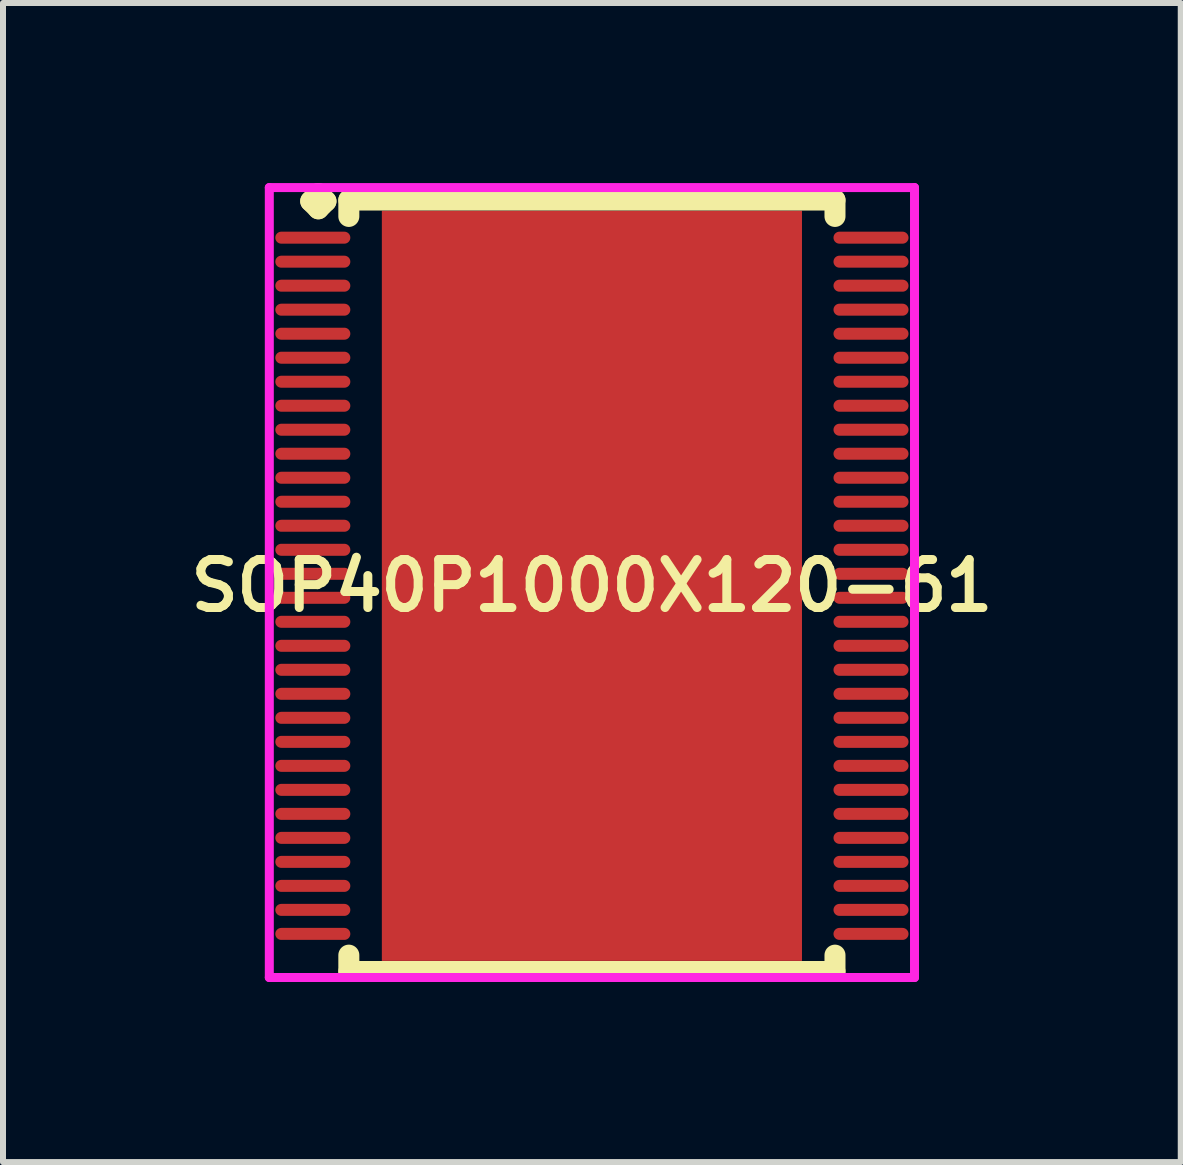
<source format=kicad_pcb>
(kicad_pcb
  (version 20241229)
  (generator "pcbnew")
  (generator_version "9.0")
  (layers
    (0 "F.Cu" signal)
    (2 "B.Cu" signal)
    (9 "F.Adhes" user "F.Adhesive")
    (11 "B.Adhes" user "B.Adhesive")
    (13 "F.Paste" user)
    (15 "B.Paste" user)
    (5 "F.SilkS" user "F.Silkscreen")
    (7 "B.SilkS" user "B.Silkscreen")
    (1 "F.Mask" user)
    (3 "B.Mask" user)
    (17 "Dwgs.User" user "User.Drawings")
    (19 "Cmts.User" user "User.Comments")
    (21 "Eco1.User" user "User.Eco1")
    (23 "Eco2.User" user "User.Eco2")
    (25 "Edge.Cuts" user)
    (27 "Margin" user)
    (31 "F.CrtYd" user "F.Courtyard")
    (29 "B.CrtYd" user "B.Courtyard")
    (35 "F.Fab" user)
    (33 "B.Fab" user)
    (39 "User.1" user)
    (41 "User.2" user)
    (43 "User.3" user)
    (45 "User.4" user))
  (footprint "SOP40P1000X120-61"
    (layer "F.Cu")
    (at 6.812 6.71)
    (property "Reference" "SOP40P1000X120-61" (at 0 0 0) (layer "F.SilkS") (effects (font (size 0.8 0.8) (thickness 0.15))))
    (attr smd)
    (fp_line (start -4.685 -6.408) (end -4.558 -6.535) (stroke (width 0.35) (type solid)) (layer "F.SilkS"))
    (fp_line (start -4.558 -6.535) (end -4.431 -6.408) (stroke (width 0.35) (type solid)) (layer "F.SilkS"))
    (fp_line (start -4.558 -6.281) (end -4.685 -6.408) (stroke (width 0.35) (type solid)) (layer "F.SilkS"))
    (fp_line (start -4.431 -6.408) (end -4.558 -6.281) (stroke (width 0.35) (type solid)) (layer "F.SilkS"))
    (fp_line (start -4.05 -6.427) (end 4.05 -6.427) (stroke (width 0.35) (type solid)) (layer "F.SilkS"))
    (fp_line (start -4.05 -6.154) (end -4.05 -6.427) (stroke (width 0.35) (type solid)) (layer "F.SilkS"))
    (fp_line (start -4.05 6.154) (end -4.05 6.427) (stroke (width 0.35) (type solid)) (layer "F.SilkS"))
    (fp_line (start -4.05 6.427) (end 4.05 6.427) (stroke (width 0.35) (type solid)) (layer "F.SilkS"))
    (fp_line (start 4.05 -6.427) (end 4.05 -6.154) (stroke (width 0.35) (type solid)) (layer "F.SilkS"))
    (fp_line (start 4.05 6.427) (end 4.05 6.154) (stroke (width 0.35) (type solid)) (layer "F.SilkS"))
    (fp_line (start -5.375 -6.635) (end 5.375 -6.635) (stroke (width 0.15) (type solid)) (layer "F.CrtYd"))
    (fp_line (start -5.375 6.527) (end -5.375 -6.635) (stroke (width 0.15) (type solid)) (layer "F.CrtYd"))
    (fp_line (start 5.375 -6.635) (end 5.375 6.527) (stroke (width 0.15) (type solid)) (layer "F.CrtYd"))
    (fp_line (start 5.375 6.527) (end -5.375 6.527) (stroke (width 0.15) (type solid)) (layer "F.CrtYd"))
    (pad "1" smd oval (at -4.65 -5.8) (size 1.25 0.2) (layers "F.Cu" "F.Mask" "F.Paste"))
    (pad "2" smd oval (at -4.65 -5.4) (size 1.25 0.2) (layers "F.Cu" "F.Mask" "F.Paste"))
    (pad "3" smd oval (at -4.65 -5) (size 1.25 0.2) (layers "F.Cu" "F.Mask" "F.Paste"))
    (pad "4" smd oval (at -4.65 -4.6) (size 1.25 0.2) (layers "F.Cu" "F.Mask" "F.Paste"))
    (pad "5" smd oval (at -4.65 -4.2) (size 1.25 0.2) (layers "F.Cu" "F.Mask" "F.Paste"))
    (pad "6" smd oval (at -4.65 -3.8) (size 1.25 0.2) (layers "F.Cu" "F.Mask" "F.Paste"))
    (pad "7" smd oval (at -4.65 -3.4) (size 1.25 0.2) (layers "F.Cu" "F.Mask" "F.Paste"))
    (pad "8" smd oval (at -4.65 -3) (size 1.25 0.2) (layers "F.Cu" "F.Mask" "F.Paste"))
    (pad "9" smd oval (at -4.65 -2.6) (size 1.25 0.2) (layers "F.Cu" "F.Mask" "F.Paste"))
    (pad "10" smd oval (at -4.65 -2.2) (size 1.25 0.2) (layers "F.Cu" "F.Mask" "F.Paste"))
    (pad "11" smd oval (at -4.65 -1.8) (size 1.25 0.2) (layers "F.Cu" "F.Mask" "F.Paste"))
    (pad "12" smd oval (at -4.65 -1.4) (size 1.25 0.2) (layers "F.Cu" "F.Mask" "F.Paste"))
    (pad "13" smd oval (at -4.65 -1) (size 1.25 0.2) (layers "F.Cu" "F.Mask" "F.Paste"))
    (pad "14" smd oval (at -4.65 -0.6) (size 1.25 0.2) (layers "F.Cu" "F.Mask" "F.Paste"))
    (pad "15" smd oval (at -4.65 -0.2) (size 1.25 0.2) (layers "F.Cu" "F.Mask" "F.Paste"))
    (pad "16" smd oval (at -4.65 0.2) (size 1.25 0.2) (layers "F.Cu" "F.Mask" "F.Paste"))
    (pad "17" smd oval (at -4.65 0.6) (size 1.25 0.2) (layers "F.Cu" "F.Mask" "F.Paste"))
    (pad "18" smd oval (at -4.65 1) (size 1.25 0.2) (layers "F.Cu" "F.Mask" "F.Paste"))
    (pad "19" smd oval (at -4.65 1.4) (size 1.25 0.2) (layers "F.Cu" "F.Mask" "F.Paste"))
    (pad "20" smd oval (at -4.65 1.8) (size 1.25 0.2) (layers "F.Cu" "F.Mask" "F.Paste"))
    (pad "21" smd oval (at -4.65 2.2) (size 1.25 0.2) (layers "F.Cu" "F.Mask" "F.Paste"))
    (pad "22" smd oval (at -4.65 2.6) (size 1.25 0.2) (layers "F.Cu" "F.Mask" "F.Paste"))
    (pad "23" smd oval (at -4.65 3) (size 1.25 0.2) (layers "F.Cu" "F.Mask" "F.Paste"))
    (pad "24" smd oval (at -4.65 3.4) (size 1.25 0.2) (layers "F.Cu" "F.Mask" "F.Paste"))
    (pad "25" smd oval (at -4.65 3.8) (size 1.25 0.2) (layers "F.Cu" "F.Mask" "F.Paste"))
    (pad "26" smd oval (at -4.65 4.2) (size 1.25 0.2) (layers "F.Cu" "F.Mask" "F.Paste"))
    (pad "27" smd oval (at -4.65 4.6) (size 1.25 0.2) (layers "F.Cu" "F.Mask" "F.Paste"))
    (pad "28" smd oval (at -4.65 5) (size 1.25 0.2) (layers "F.Cu" "F.Mask" "F.Paste"))
    (pad "29" smd oval (at -4.65 5.4) (size 1.25 0.2) (layers "F.Cu" "F.Mask" "F.Paste"))
    (pad "30" smd oval (at -4.65 5.8) (size 1.25 0.2) (layers "F.Cu" "F.Mask" "F.Paste"))
    (pad "31" smd oval (at 4.65 5.8) (size 1.25 0.2) (layers "F.Cu" "F.Mask" "F.Paste"))
    (pad "32" smd oval (at 4.65 5.4) (size 1.25 0.2) (layers "F.Cu" "F.Mask" "F.Paste"))
    (pad "33" smd oval (at 4.65 5) (size 1.25 0.2) (layers "F.Cu" "F.Mask" "F.Paste"))
    (pad "34" smd oval (at 4.65 4.6) (size 1.25 0.2) (layers "F.Cu" "F.Mask" "F.Paste"))
    (pad "35" smd oval (at 4.65 4.2) (size 1.25 0.2) (layers "F.Cu" "F.Mask" "F.Paste"))
    (pad "36" smd oval (at 4.65 3.8) (size 1.25 0.2) (layers "F.Cu" "F.Mask" "F.Paste"))
    (pad "37" smd oval (at 4.65 3.4) (size 1.25 0.2) (layers "F.Cu" "F.Mask" "F.Paste"))
    (pad "38" smd oval (at 4.65 3) (size 1.25 0.2) (layers "F.Cu" "F.Mask" "F.Paste"))
    (pad "39" smd oval (at 4.65 2.6) (size 1.25 0.2) (layers "F.Cu" "F.Mask" "F.Paste"))
    (pad "40" smd oval (at 4.65 2.2) (size 1.25 0.2) (layers "F.Cu" "F.Mask" "F.Paste"))
    (pad "41" smd oval (at 4.65 1.8) (size 1.25 0.2) (layers "F.Cu" "F.Mask" "F.Paste"))
    (pad "42" smd oval (at 4.65 1.4) (size 1.25 0.2) (layers "F.Cu" "F.Mask" "F.Paste"))
    (pad "43" smd oval (at 4.65 1) (size 1.25 0.2) (layers "F.Cu" "F.Mask" "F.Paste"))
    (pad "44" smd oval (at 4.65 0.6) (size 1.25 0.2) (layers "F.Cu" "F.Mask" "F.Paste"))
    (pad "45" smd oval (at 4.65 0.2) (size 1.25 0.2) (layers "F.Cu" "F.Mask" "F.Paste"))
    (pad "46" smd oval (at 4.65 -0.2) (size 1.25 0.2) (layers "F.Cu" "F.Mask" "F.Paste"))
    (pad "47" smd oval (at 4.65 -0.6) (size 1.25 0.2) (layers "F.Cu" "F.Mask" "F.Paste"))
    (pad "48" smd oval (at 4.65 -1) (size 1.25 0.2) (layers "F.Cu" "F.Mask" "F.Paste"))
    (pad "49" smd oval (at 4.65 -1.4) (size 1.25 0.2) (layers "F.Cu" "F.Mask" "F.Paste"))
    (pad "50" smd oval (at 4.65 -1.8) (size 1.25 0.2) (layers "F.Cu" "F.Mask" "F.Paste"))
    (pad "51" smd oval (at 4.65 -2.2) (size 1.25 0.2) (layers "F.Cu" "F.Mask" "F.Paste"))
    (pad "52" smd oval (at 4.65 -2.6) (size 1.25 0.2) (layers "F.Cu" "F.Mask" "F.Paste"))
    (pad "53" smd oval (at 4.65 -3) (size 1.25 0.2) (layers "F.Cu" "F.Mask" "F.Paste"))
    (pad "54" smd oval (at 4.65 -3.4) (size 1.25 0.2) (layers "F.Cu" "F.Mask" "F.Paste"))
    (pad "55" smd oval (at 4.65 -3.8) (size 1.25 0.2) (layers "F.Cu" "F.Mask" "F.Paste"))
    (pad "56" smd oval (at 4.65 -4.2) (size 1.25 0.2) (layers "F.Cu" "F.Mask" "F.Paste"))
    (pad "57" smd oval (at 4.65 -4.6) (size 1.25 0.2) (layers "F.Cu" "F.Mask" "F.Paste"))
    (pad "58" smd oval (at 4.65 -5) (size 1.25 0.2) (layers "F.Cu" "F.Mask" "F.Paste"))
    (pad "59" smd oval (at 4.65 -5.4) (size 1.25 0.2) (layers "F.Cu" "F.Mask" "F.Paste"))
    (pad "60" smd oval (at 4.65 -5.8) (size 1.25 0.2) (layers "F.Cu" "F.Mask" "F.Paste"))
    (pad "61" smd rect (at 0 0) (size 7 12.5) (layers "F.Cu" "F.Mask" "F.Paste")))
  (gr_rect
    (start -3 -3)
    (end 16.623 16.312)
    (stroke (width 0.1) (type default))
    (fill no)
    (layer "Edge.Cuts")))
</source>
